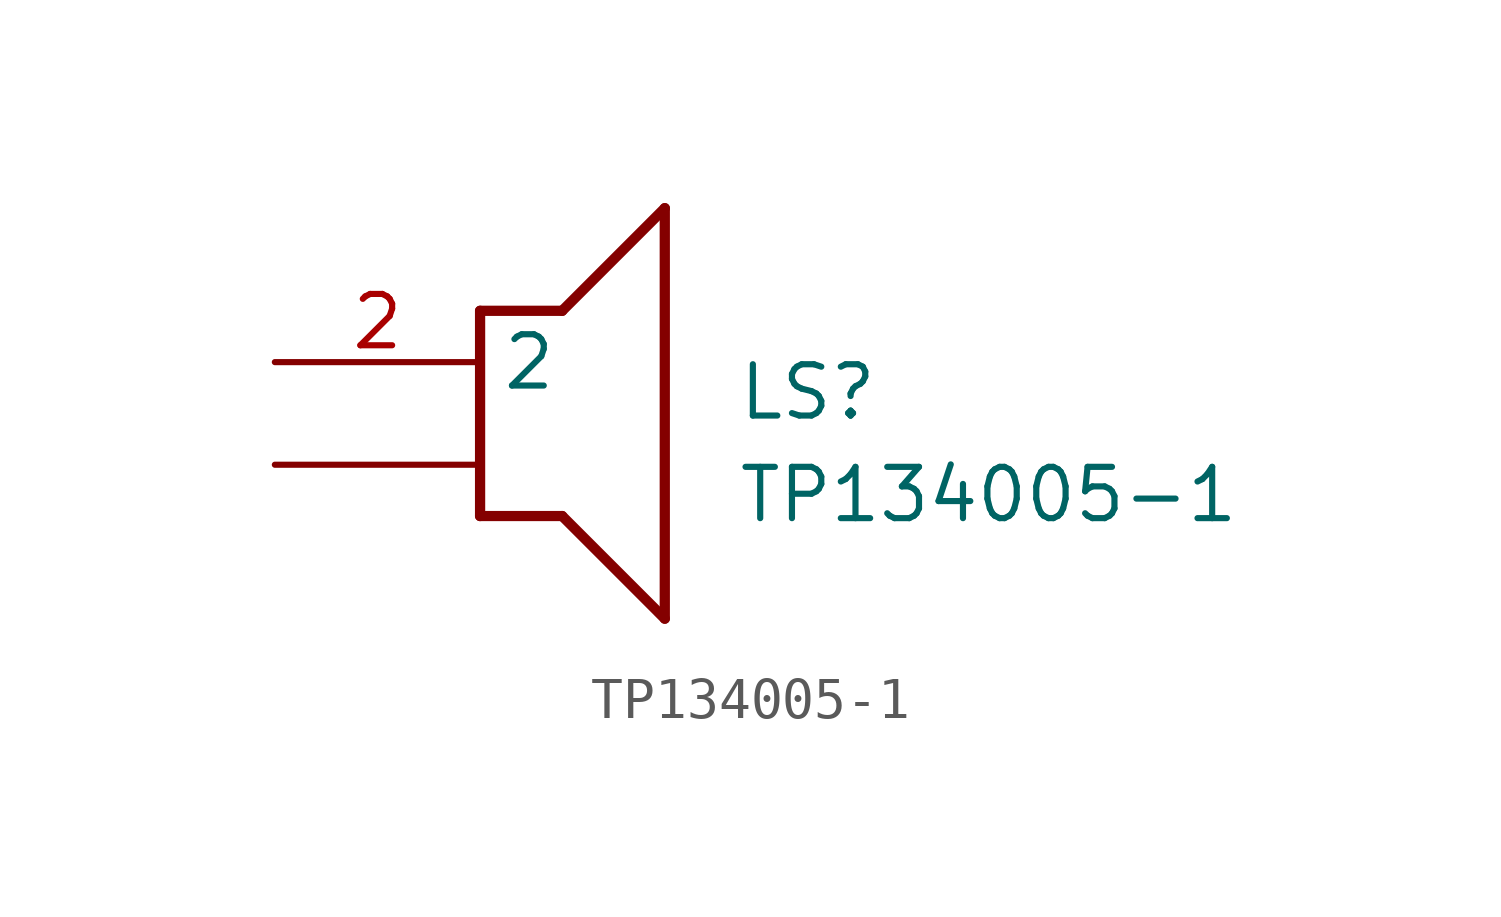
<source format=kicad_sym>
(kicad_symbol_lib
  (version 20211014)
  (generator SamacSys_ECAD_Model)
  (symbol "TP134005-1"
    (property "Reference" "LS"
      (at 11.43 0 0)
      (effects (font (size 1.27 1.27)) (justify left top)))
    (property "Value" "TP134005-1"
      (at 11.43 -2.54 0)
      (effects (font (size 1.27 1.27)) (justify left top)))
    (polyline
      (pts (xy 5.08 1.27) (xy 7.112 1.27))
      (stroke (width 0.254) (type default))
      (fill (type none)))
    (polyline
      (pts (xy 9.652 3.81) (xy 7.112 1.27))
      (stroke (width 0.254) (type default))
      (fill (type none)))
    (polyline
      (pts (xy 9.652 3.81) (xy 9.652 -6.35))
      (stroke (width 0.254) (type default))
      (fill (type none)))
    (polyline
      (pts (xy 7.112 -3.81) (xy 9.652 -6.35))
      (stroke (width 0.254) (type default))
      (fill (type none)))
    (polyline
      (pts (xy 7.112 -3.81) (xy 5.08 -3.81))
      (stroke (width 0.254) (type default))
      (fill (type none)))
    (polyline
      (pts (xy 5.08 1.27) (xy 5.08 -3.81))
      (stroke (width 0.254) (type default))
      (fill (type none)))
    (pin passive line
      (at 0 0 0)
      (length 5.08)
      (name "2" (effects (font (size 1.27 1.27))))
      (number "2" (effects (font (size 1.27 1.27)))))
    (pin passive line
      (at 0 -2.54 0)
      (length 5.08)
      (name "" (effects (font (size 1.27 1.27))))
      (number "" (effects (font (size 1.27 1.27)))))))
</source>
